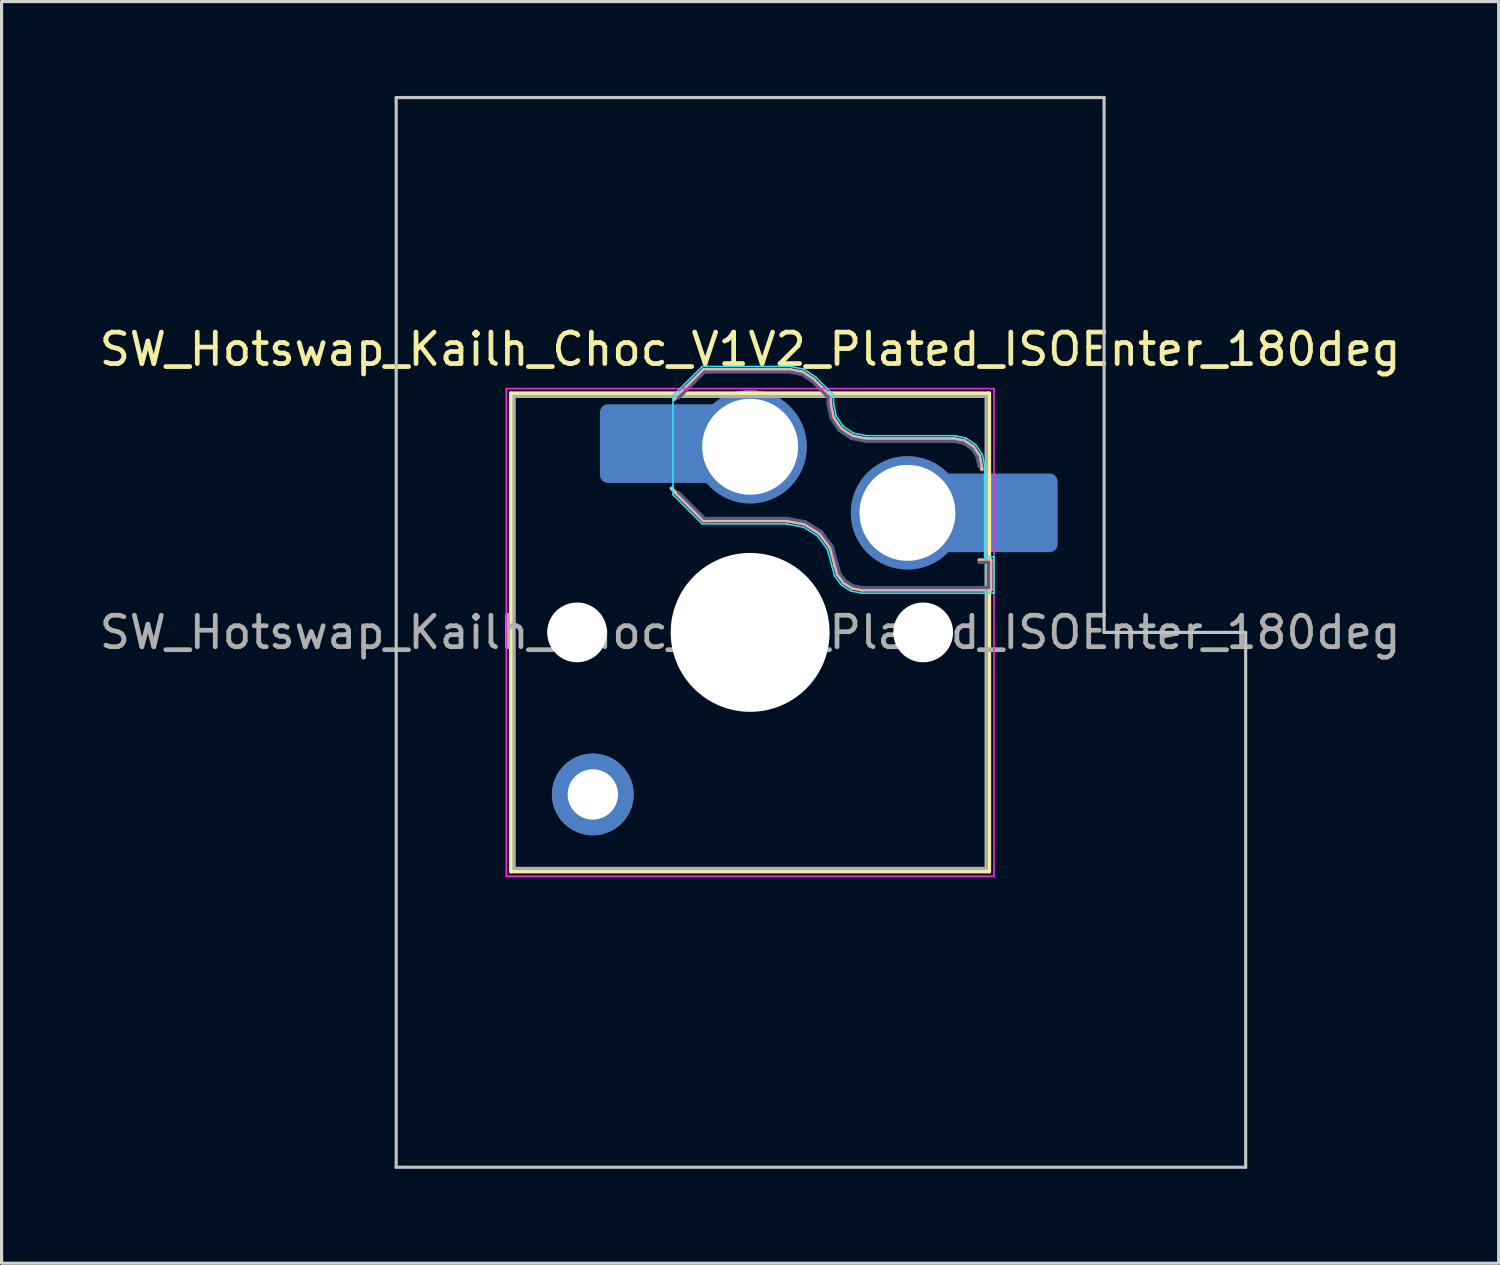
<source format=kicad_pcb>
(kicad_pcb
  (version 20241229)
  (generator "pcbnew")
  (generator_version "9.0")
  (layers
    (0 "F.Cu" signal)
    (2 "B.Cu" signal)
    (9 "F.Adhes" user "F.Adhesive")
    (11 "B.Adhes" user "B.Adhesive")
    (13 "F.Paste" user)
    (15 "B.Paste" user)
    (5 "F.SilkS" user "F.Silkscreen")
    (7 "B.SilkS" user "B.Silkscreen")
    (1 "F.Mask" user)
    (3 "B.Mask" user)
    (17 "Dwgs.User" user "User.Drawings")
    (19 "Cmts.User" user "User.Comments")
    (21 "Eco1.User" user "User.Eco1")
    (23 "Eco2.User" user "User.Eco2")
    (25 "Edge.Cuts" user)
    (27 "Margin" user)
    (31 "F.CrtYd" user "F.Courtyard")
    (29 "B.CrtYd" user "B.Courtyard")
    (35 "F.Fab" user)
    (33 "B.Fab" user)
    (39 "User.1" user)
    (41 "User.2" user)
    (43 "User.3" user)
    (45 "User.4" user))
  (footprint "SW_Hotswap_Kailh_Choc_V1V2_Plated_ISOEnter_180deg"
    (layer "F.Cu")
    (at 20.792 17.05)
    (property "Reference" "SW_Hotswap_Kailh_Choc_V1V2_Plated_ISOEnter_180deg" (at 0 -9 0) (layer "F.SilkS") (effects (font (size 1 1) (thickness 0.15))))
    (attr smd)
    (fp_line (start -7.6 -7.6) (end -7.6 7.6) (stroke (width 0.12) (type solid)) (layer "F.SilkS"))
    (fp_line (start -7.6 7.6) (end 7.6 7.6) (stroke (width 0.12) (type solid)) (layer "F.SilkS"))
    (fp_line (start 7.6 -7.6) (end -7.6 -7.6) (stroke (width 0.12) (type solid)) (layer "F.SilkS"))
    (fp_line (start 7.6 7.6) (end 7.6 -7.6) (stroke (width 0.12) (type solid)) (layer "F.SilkS"))
    (fp_line (start -2.416 -7.409) (end -1.479 -8.346) (stroke (width 0.12) (type solid)) (layer "B.SilkS"))
    (fp_line (start -1.479 -8.346) (end 1.268 -8.346) (stroke (width 0.12) (type solid)) (layer "B.SilkS"))
    (fp_line (start -1.479 -3.554) (end -2.5 -4.575) (stroke (width 0.12) (type solid)) (layer "B.SilkS"))
    (fp_line (start 1.168 -3.554) (end -1.479 -3.554) (stroke (width 0.12) (type solid)) (layer "B.SilkS"))
    (fp_line (start 1.268 -8.346) (end 1.671 -8.266) (stroke (width 0.12) (type solid)) (layer "B.SilkS"))
    (fp_line (start 1.671 -8.266) (end 2.013 -8.037) (stroke (width 0.12) (type solid)) (layer "B.SilkS"))
    (fp_line (start 1.73 -3.449) (end 1.168 -3.554) (stroke (width 0.12) (type solid)) (layer "B.SilkS"))
    (fp_line (start 2.013 -8.037) (end 2.546 -7.504) (stroke (width 0.12) (type solid)) (layer "B.SilkS"))
    (fp_line (start 2.209 -3.15) (end 1.73 -3.449) (stroke (width 0.12) (type solid)) (layer "B.SilkS"))
    (fp_line (start 2.546 -7.504) (end 2.546 -7.282) (stroke (width 0.12) (type solid)) (layer "B.SilkS"))
    (fp_line (start 2.546 -7.282) (end 2.633 -6.844) (stroke (width 0.12) (type solid)) (layer "B.SilkS"))
    (fp_line (start 2.547 -2.697) (end 2.209 -3.15) (stroke (width 0.12) (type solid)) (layer "B.SilkS"))
    (fp_line (start 2.633 -6.844) (end 2.877 -6.477) (stroke (width 0.12) (type solid)) (layer "B.SilkS"))
    (fp_line (start 2.701 -2.139) (end 2.547 -2.697) (stroke (width 0.12) (type solid)) (layer "B.SilkS"))
    (fp_line (start 2.783 -1.841) (end 2.701 -2.139) (stroke (width 0.12) (type solid)) (layer "B.SilkS"))
    (fp_line (start 2.877 -6.477) (end 3.244 -6.233) (stroke (width 0.12) (type solid)) (layer "B.SilkS"))
    (fp_line (start 2.976 -1.583) (end 2.783 -1.841) (stroke (width 0.12) (type solid)) (layer "B.SilkS"))
    (fp_line (start 3.244 -6.233) (end 3.682 -6.146) (stroke (width 0.12) (type solid)) (layer "B.SilkS"))
    (fp_line (start 3.25 -1.413) (end 2.976 -1.583) (stroke (width 0.12) (type solid)) (layer "B.SilkS"))
    (fp_line (start 3.56 -1.354) (end 3.25 -1.413) (stroke (width 0.12) (type solid)) (layer "B.SilkS"))
    (fp_line (start 3.682 -6.146) (end 6.482 -6.146) (stroke (width 0.12) (type solid)) (layer "B.SilkS"))
    (fp_line (start 6.482 -6.146) (end 6.809 -6.081) (stroke (width 0.12) (type solid)) (layer "B.SilkS"))
    (fp_line (start 6.809 -6.081) (end 7.092 -5.892) (stroke (width 0.12) (type solid)) (layer "B.SilkS"))
    (fp_line (start 7.092 -5.892) (end 7.281 -5.609) (stroke (width 0.12) (type solid)) (layer "B.SilkS"))
    (fp_line (start 7.281 -5.609) (end 7.366 -5.182) (stroke (width 0.12) (type solid)) (layer "B.SilkS"))
    (fp_line (start 7.283 -2.296) (end 7.646 -2.296) (stroke (width 0.12) (type solid)) (layer "B.SilkS"))
    (fp_line (start 7.646 -2.296) (end 7.646 -1.354) (stroke (width 0.12) (type solid)) (layer "B.SilkS"))
    (fp_line (start 7.646 -1.354) (end 3.56 -1.354) (stroke (width 0.12) (type solid)) (layer "B.SilkS"))
    (fp_line (start -11.25 -17) (end -11.25 17) (stroke (width 0.1) (type solid)) (layer "Dwgs.User"))
    (fp_line (start -11.25 17) (end 15.75 17) (stroke (width 0.1) (type solid)) (layer "Dwgs.User"))
    (fp_line (start 11.25 -17) (end -11.25 -17) (stroke (width 0.1) (type solid)) (layer "Dwgs.User"))
    (fp_line (start 11.25 0) (end 11.25 -17) (stroke (width 0.1) (type solid)) (layer "Dwgs.User"))
    (fp_line (start 15.75 0) (end 11.25 0) (stroke (width 0.1) (type solid)) (layer "Dwgs.User"))
    (fp_line (start 15.75 17) (end 15.75 0) (stroke (width 0.1) (type solid)) (layer "Dwgs.User"))
    (fp_line (start -7.25 -7.25) (end -7.25 7.25) (stroke (width 0.1) (type solid)) (layer "Eco1.User"))
    (fp_line (start -7.25 7.25) (end 7.25 7.25) (stroke (width 0.1) (type solid)) (layer "Eco1.User"))
    (fp_line (start 7.25 -7.25) (end -7.25 -7.25) (stroke (width 0.1) (type solid)) (layer "Eco1.User"))
    (fp_line (start 7.25 7.25) (end 7.25 -7.25) (stroke (width 0.1) (type solid)) (layer "Eco1.User"))
    (fp_line (start -2.452 -7.523) (end -1.523 -8.452) (stroke (width 0.05) (type solid)) (layer "B.CrtYd"))
    (fp_line (start -2.452 -4.377) (end -2.452 -7.523) (stroke (width 0.05) (type solid)) (layer "B.CrtYd"))
    (fp_line (start -1.523 -8.452) (end 1.278 -8.452) (stroke (width 0.05) (type solid)) (layer "B.CrtYd"))
    (fp_line (start -1.523 -3.448) (end -2.452 -4.377) (stroke (width 0.05) (type solid)) (layer "B.CrtYd"))
    (fp_line (start 1.159 -3.448) (end -1.523 -3.448) (stroke (width 0.05) (type solid)) (layer "B.CrtYd"))
    (fp_line (start 1.278 -8.452) (end 1.712 -8.366) (stroke (width 0.05) (type solid)) (layer "B.CrtYd"))
    (fp_line (start 1.691 -3.348) (end 1.159 -3.448) (stroke (width 0.05) (type solid)) (layer "B.CrtYd"))
    (fp_line (start 1.712 -8.366) (end 2.081 -8.119) (stroke (width 0.05) (type solid)) (layer "B.CrtYd"))
    (fp_line (start 2.081 -8.119) (end 2.652 -7.548) (stroke (width 0.05) (type solid)) (layer "B.CrtYd"))
    (fp_line (start 2.136 -3.071) (end 1.691 -3.348) (stroke (width 0.05) (type solid)) (layer "B.CrtYd"))
    (fp_line (start 2.45 -2.65) (end 2.136 -3.071) (stroke (width 0.05) (type solid)) (layer "B.CrtYd"))
    (fp_line (start 2.599 -2.111) (end 2.45 -2.65) (stroke (width 0.05) (type solid)) (layer "B.CrtYd"))
    (fp_line (start 2.652 -7.548) (end 2.652 -7.292) (stroke (width 0.05) (type solid)) (layer "B.CrtYd"))
    (fp_line (start 2.652 -7.292) (end 2.733 -6.885) (stroke (width 0.05) (type solid)) (layer "B.CrtYd"))
    (fp_line (start 2.687 -1.794) (end 2.599 -2.111) (stroke (width 0.05) (type solid)) (layer "B.CrtYd"))
    (fp_line (start 2.733 -6.885) (end 2.953 -6.553) (stroke (width 0.05) (type solid)) (layer "B.CrtYd"))
    (fp_line (start 2.903 -1.503) (end 2.687 -1.794) (stroke (width 0.05) (type solid)) (layer "B.CrtYd"))
    (fp_line (start 2.953 -6.553) (end 3.285 -6.333) (stroke (width 0.05) (type solid)) (layer "B.CrtYd"))
    (fp_line (start 3.211 -1.312) (end 2.903 -1.503) (stroke (width 0.05) (type solid)) (layer "B.CrtYd"))
    (fp_line (start 3.285 -6.333) (end 3.692 -6.252) (stroke (width 0.05) (type solid)) (layer "B.CrtYd"))
    (fp_line (start 3.55 -1.248) (end 3.211 -1.312) (stroke (width 0.05) (type solid)) (layer "B.CrtYd"))
    (fp_line (start 3.692 -6.252) (end 6.492 -6.252) (stroke (width 0.05) (type solid)) (layer "B.CrtYd"))
    (fp_line (start 6.492 -6.252) (end 6.85 -6.181) (stroke (width 0.05) (type solid)) (layer "B.CrtYd"))
    (fp_line (start 6.85 -6.181) (end 7.168 -5.968) (stroke (width 0.05) (type solid)) (layer "B.CrtYd"))
    (fp_line (start 7.168 -5.968) (end 7.381 -5.65) (stroke (width 0.05) (type solid)) (layer "B.CrtYd"))
    (fp_line (start 7.381 -5.65) (end 7.452 -5.292) (stroke (width 0.05) (type solid)) (layer "B.CrtYd"))
    (fp_line (start 7.452 -5.292) (end 7.452 -2.402) (stroke (width 0.05) (type solid)) (layer "B.CrtYd"))
    (fp_line (start 7.452 -2.402) (end 7.752 -2.402) (stroke (width 0.05) (type solid)) (layer "B.CrtYd"))
    (fp_line (start 7.752 -2.402) (end 7.752 -1.248) (stroke (width 0.05) (type solid)) (layer "B.CrtYd"))
    (fp_line (start 7.752 -1.248) (end 3.55 -1.248) (stroke (width 0.05) (type solid)) (layer "B.CrtYd"))
    (fp_line (start -7.75 -7.75) (end -7.75 7.75) (stroke (width 0.05) (type solid)) (layer "F.CrtYd"))
    (fp_line (start -7.75 7.75) (end 7.75 7.75) (stroke (width 0.05) (type solid)) (layer "F.CrtYd"))
    (fp_line (start 7.75 -7.75) (end -7.75 -7.75) (stroke (width 0.05) (type solid)) (layer "F.CrtYd"))
    (fp_line (start 7.75 7.75) (end 7.75 -7.75) (stroke (width 0.05) (type solid)) (layer "F.CrtYd"))
    (fp_line (start -2.275 -7.45) (end -1.45 -8.275) (stroke (width 0.1) (type solid)) (layer "B.Fab"))
    (fp_line (start -1.45 -8.275) (end 1.261 -8.275) (stroke (width 0.1) (type solid)) (layer "B.Fab"))
    (fp_line (start -1.45 -3.625) (end -2.275 -4.45) (stroke (width 0.1) (type solid)) (layer "B.Fab"))
    (fp_line (start 1.175 -3.625) (end -1.45 -3.625) (stroke (width 0.1) (type solid)) (layer "B.Fab"))
    (fp_line (start 1.261 -8.275) (end 1.643 -8.199) (stroke (width 0.1) (type solid)) (layer "B.Fab"))
    (fp_line (start 1.643 -8.199) (end 1.968 -7.982) (stroke (width 0.1) (type solid)) (layer "B.Fab"))
    (fp_line (start 1.756 -3.516) (end 1.175 -3.625) (stroke (width 0.1) (type solid)) (layer "B.Fab"))
    (fp_line (start 1.968 -7.982) (end 2.475 -7.475) (stroke (width 0.1) (type solid)) (layer "B.Fab"))
    (fp_line (start 2.258 -3.203) (end 1.756 -3.516) (stroke (width 0.1) (type solid)) (layer "B.Fab"))
    (fp_line (start 2.475 -7.475) (end 2.475 -7.275) (stroke (width 0.1) (type solid)) (layer "B.Fab"))
    (fp_line (start 2.475 -7.275) (end 2.566 -6.816) (stroke (width 0.1) (type solid)) (layer "B.Fab"))
    (fp_line (start 2.566 -6.816) (end 2.826 -6.426) (stroke (width 0.1) (type solid)) (layer "B.Fab"))
    (fp_line (start 2.612 -2.729) (end 2.258 -3.203) (stroke (width 0.1) (type solid)) (layer "B.Fab"))
    (fp_line (start 2.769 -2.158) (end 2.612 -2.729) (stroke (width 0.1) (type solid)) (layer "B.Fab"))
    (fp_line (start 2.826 -6.426) (end 3.216 -6.166) (stroke (width 0.1) (type solid)) (layer "B.Fab"))
    (fp_line (start 2.848 -1.873) (end 2.769 -2.158) (stroke (width 0.1) (type solid)) (layer "B.Fab"))
    (fp_line (start 3.025 -1.636) (end 2.848 -1.873) (stroke (width 0.1) (type solid)) (layer "B.Fab"))
    (fp_line (start 3.216 -6.166) (end 3.675 -6.075) (stroke (width 0.1) (type solid)) (layer "B.Fab"))
    (fp_line (start 3.276 -1.48) (end 3.025 -1.636) (stroke (width 0.1) (type solid)) (layer "B.Fab"))
    (fp_line (start 3.567 -1.425) (end 3.276 -1.48) (stroke (width 0.1) (type solid)) (layer "B.Fab"))
    (fp_line (start 3.675 -6.075) (end 6.475 -6.075) (stroke (width 0.1) (type solid)) (layer "B.Fab"))
    (fp_line (start 6.475 -6.075) (end 6.781 -6.014) (stroke (width 0.1) (type solid)) (layer "B.Fab"))
    (fp_line (start 6.781 -6.014) (end 7.041 -5.841) (stroke (width 0.1) (type solid)) (layer "B.Fab"))
    (fp_line (start 7.041 -5.841) (end 7.214 -5.581) (stroke (width 0.1) (type solid)) (layer "B.Fab"))
    (fp_line (start 7.214 -5.581) (end 7.275 -5.275) (stroke (width 0.1) (type solid)) (layer "B.Fab"))
    (fp_line (start 7.275 -2.225) (end 7.575 -2.225) (stroke (width 0.1) (type solid)) (layer "B.Fab"))
    (fp_line (start 7.575 -2.225) (end 7.575 -1.425) (stroke (width 0.1) (type solid)) (layer "B.Fab"))
    (fp_line (start 7.575 -1.425) (end 3.567 -1.425) (stroke (width 0.1) (type solid)) (layer "B.Fab"))
    (fp_line (start -7.5 -7.5) (end -7.5 7.5) (stroke (width 0.1) (type solid)) (layer "F.Fab"))
    (fp_line (start -7.5 7.5) (end 7.5 7.5) (stroke (width 0.1) (type solid)) (layer "F.Fab"))
    (fp_line (start 7.5 -7.5) (end -7.5 -7.5) (stroke (width 0.1) (type solid)) (layer "F.Fab"))
    (fp_line (start 7.5 7.5) (end 7.5 -7.5) (stroke (width 0.1) (type solid)) (layer "F.Fab"))
    (fp_text user "${REFERENCE}" (at 0 0 0) (layer "F.Fab") (effects (font (size 1 1) (thickness 0.15))))
    (pad "" np_thru_hole circle (at -5.5 0) (size 1.9 1.9) (drill 1.9) (layers "*.Cu" "*.Mask"))
    (pad "" smd circle (at -5 5.15) (size 1.65 1.65) (layers "F.Mask"))
    (pad "" thru_hole circle (at -5 5.15) (size 2.6 2.6) (drill 1.6) (layers "*.Cu" "B.Mask"))
    (pad "" smd roundrect (at -3.5 -6) (size 2.55 2.5) (layers "B.Mask" "B.Paste") (roundrect_rratio 0.1))
    (pad "" smd circle (at 0 -5.9) (size 3.1 3.1) (layers "F.Mask"))
    (pad "" np_thru_hole circle (at 0 0) (size 5.05 5.05) (drill 5.05) (layers "*.Cu" "*.Mask"))
    (pad "" smd circle (at 5 -3.8) (size 3.1 3.1) (layers "F.Mask"))
    (pad "" np_thru_hole circle (at 5.5 0) (size 1.9 1.9) (drill 1.9) (layers "*.Cu" "*.Mask"))
    (pad "" smd roundrect (at 8.5 -3.8) (size 2.55 2.5) (layers "B.Mask" "B.Paste") (roundrect_rratio 0.1))
    (pad "1" smd roundrect (at -2.85 -6) (size 3.85 2.5) (layers "B.Cu") (roundrect_rratio 0.1))
    (pad "1" thru_hole circle (at 0 -5.9) (size 3.6 3.6) (drill 3.05) (layers "*.Cu" "B.Mask"))
    (pad "2" thru_hole circle (at 5 -3.8) (size 3.6 3.6) (drill 3.05) (layers "*.Cu" "B.Mask"))
    (pad "2" smd roundrect (at 7.85 -3.8) (size 3.85 2.5) (layers "B.Cu") (roundrect_rratio 0.1)))
  (gr_rect
    (start -3 -3)
    (end 44.583 37.1)
    (stroke (width 0.1) (type default))
    (fill no)
    (layer "Edge.Cuts")))
</source>
